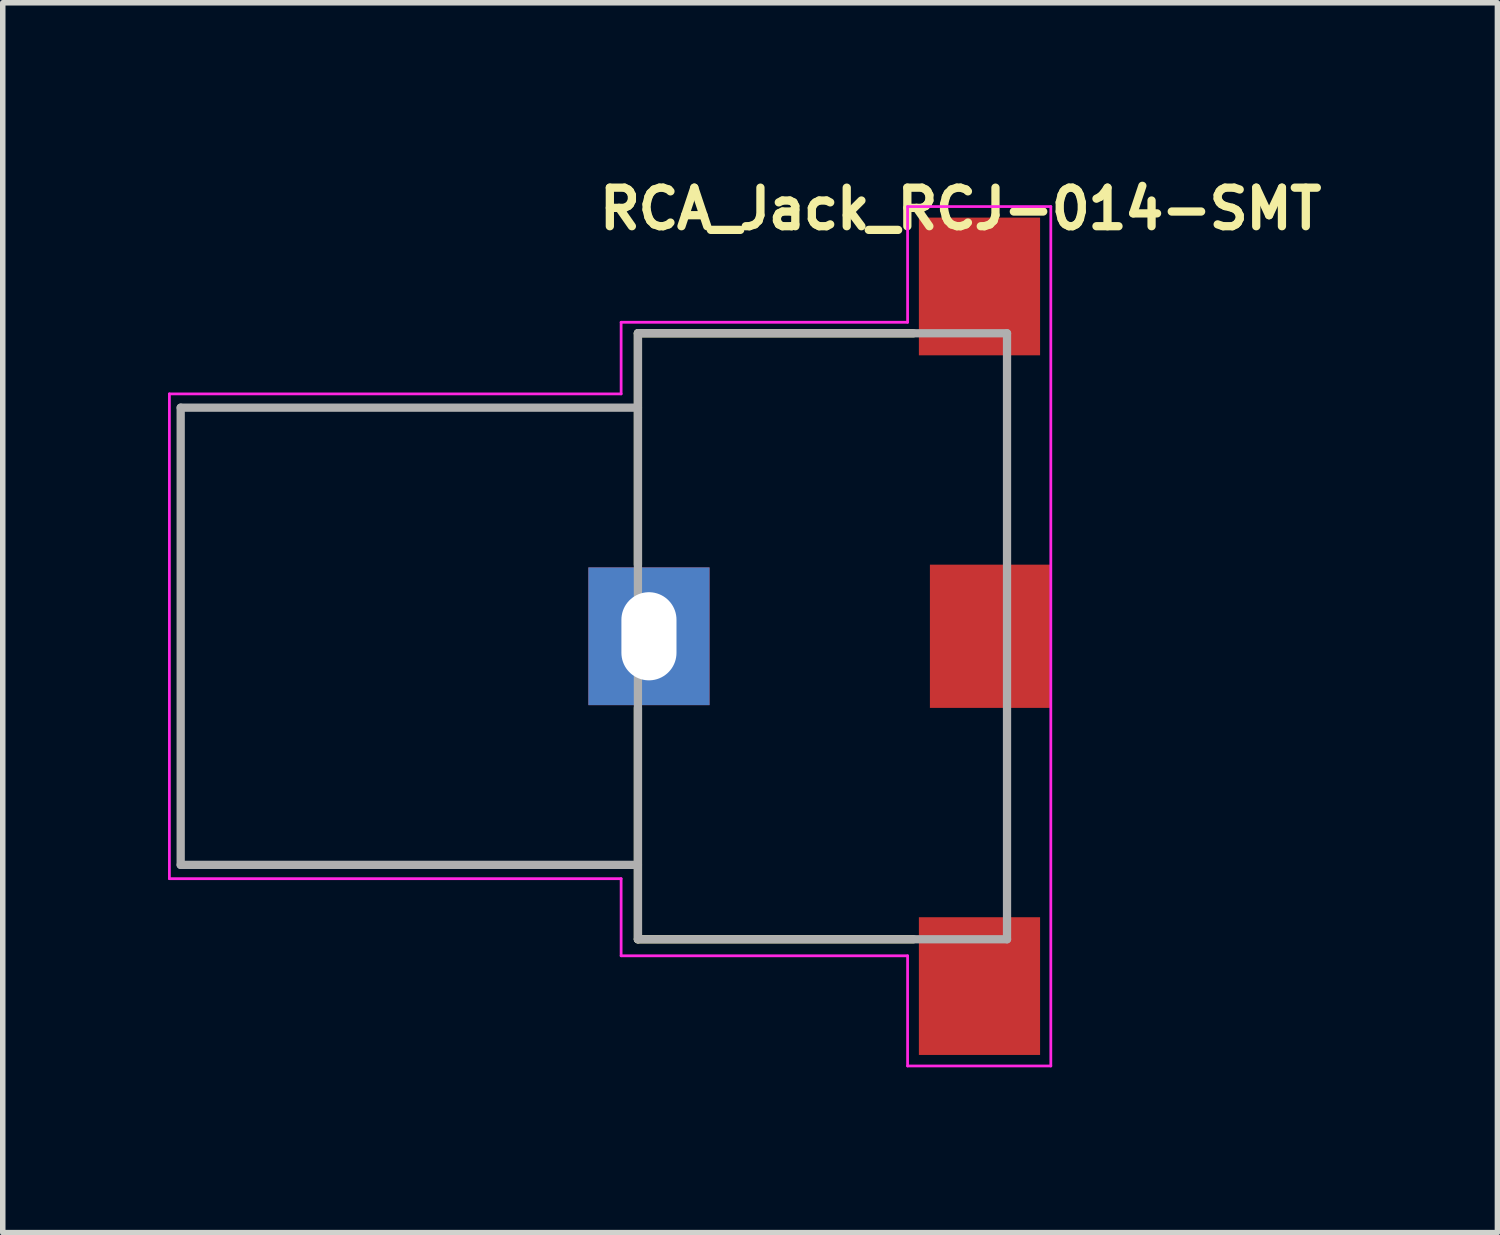
<source format=kicad_pcb>
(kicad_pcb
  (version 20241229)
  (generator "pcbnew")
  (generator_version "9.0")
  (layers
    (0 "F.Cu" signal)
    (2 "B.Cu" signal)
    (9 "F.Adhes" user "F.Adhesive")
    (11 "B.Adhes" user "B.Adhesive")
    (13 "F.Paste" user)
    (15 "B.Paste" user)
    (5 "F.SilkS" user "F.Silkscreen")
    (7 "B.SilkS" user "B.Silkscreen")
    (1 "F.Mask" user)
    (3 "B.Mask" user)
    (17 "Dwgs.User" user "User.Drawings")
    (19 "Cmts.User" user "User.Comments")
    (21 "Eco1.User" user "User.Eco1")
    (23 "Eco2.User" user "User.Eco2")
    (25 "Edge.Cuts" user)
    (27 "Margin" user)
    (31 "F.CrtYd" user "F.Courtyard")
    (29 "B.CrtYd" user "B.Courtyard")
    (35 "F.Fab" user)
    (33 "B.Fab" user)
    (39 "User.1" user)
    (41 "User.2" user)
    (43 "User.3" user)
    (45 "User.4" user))
  (footprint "RCA_Jack_RCJ-014-SMT"
    (layer "F.Cu")
    (at 7.755 8.45)
    (property "Reference" "RCA_Jack_RCJ-014-SMT" (at 0 -7.3 0) (unlocked yes) (layer "F.SilkS") (effects (font (size 0.7 0.7) (thickness 0.15)) (justify left bottom)))
    (attr smd)
    (fp_line (start 0.775 -5.45) (end 0.775 -1.25) (stroke (width 0.15) (type solid)) (layer "F.SilkS"))
    (fp_line (start 0.775 -5.45) (end 5.775 -5.45) (stroke (width 0.15) (type solid)) (layer "F.SilkS"))
    (fp_line (start 0.775 5.55) (end 0.775 1.35) (stroke (width 0.15) (type solid)) (layer "F.SilkS"))
    (fp_line (start 0.775 5.55) (end 5.775 5.55) (stroke (width 0.15) (type solid)) (layer "F.SilkS"))
    (fp_line (start -7.73 -4.35) (end 0.47 -4.35) (stroke (width 0.05) (type solid)) (layer "F.CrtYd"))
    (fp_line (start -7.73 4.45) (end -7.73 -4.35) (stroke (width 0.05) (type solid)) (layer "F.CrtYd"))
    (fp_line (start 0.47 -5.65) (end 5.67 -5.65) (stroke (width 0.05) (type solid)) (layer "F.CrtYd"))
    (fp_line (start 0.47 -4.35) (end 0.47 -5.65) (stroke (width 0.05) (type solid)) (layer "F.CrtYd"))
    (fp_line (start 0.47 4.45) (end -7.73 4.45) (stroke (width 0.05) (type solid)) (layer "F.CrtYd"))
    (fp_line (start 0.47 5.85) (end 0.47 4.45) (stroke (width 0.05) (type solid)) (layer "F.CrtYd"))
    (fp_line (start 5.67 -7.75) (end 8.27 -7.75) (stroke (width 0.05) (type solid)) (layer "F.CrtYd"))
    (fp_line (start 5.67 -5.65) (end 5.67 -7.75) (stroke (width 0.05) (type solid)) (layer "F.CrtYd"))
    (fp_line (start 5.67 5.85) (end 0.47 5.85) (stroke (width 0.05) (type solid)) (layer "F.CrtYd"))
    (fp_line (start 5.67 7.85) (end 5.67 5.85) (stroke (width 0.05) (type solid)) (layer "F.CrtYd"))
    (fp_line (start 8.27 -7.75) (end 8.27 7.85) (stroke (width 0.05) (type solid)) (layer "F.CrtYd"))
    (fp_line (start 8.27 7.85) (end 5.67 7.85) (stroke (width 0.05) (type solid)) (layer "F.CrtYd"))
    (fp_line (start -7.525 -4.1) (end -7.525 4.2) (stroke (width 0.15) (type solid)) (layer "F.Fab"))
    (fp_line (start 0.775 -5.45) (end 0.775 5.55) (stroke (width 0.15) (type solid)) (layer "F.Fab"))
    (fp_line (start 0.775 -5.45) (end 7.475 -5.45) (stroke (width 0.15) (type solid)) (layer "F.Fab"))
    (fp_line (start 0.775 -4.1) (end -7.525 -4.1) (stroke (width 0.15) (type solid)) (layer "F.Fab"))
    (fp_line (start 0.775 4.2) (end -7.525 4.2) (stroke (width 0.15) (type solid)) (layer "F.Fab"))
    (fp_line (start 0.775 5.55) (end 7.475 5.55) (stroke (width 0.15) (type solid)) (layer "F.Fab"))
    (fp_line (start 7.475 5.55) (end 7.475 -5.45) (stroke (width 0.15) (type solid)) (layer "F.Fab"))
    (fp_rect (start -7.525 -7) (end 7.525 7) (stroke (width 0.1) (type solid)) (fill no) (layer "User.5"))
    (fp_line (start -7.525 -3.558) (end -7.525 -3.65) (stroke (width 0.02) (type solid)) (layer "User.9"))
    (fp_line (start -7.525 -3.558) (end -7.525 -3.558) (stroke (width 0.02) (type solid)) (layer "User.9"))
    (fp_line (start -7.525 -3.289) (end -7.525 -3.558) (stroke (width 0.02) (type solid)) (layer "User.9"))
    (fp_line (start -7.525 -3.289) (end -7.525 -3.289) (stroke (width 0.02) (type solid)) (layer "User.9"))
    (fp_line (start -7.525 -2.854) (end -7.525 -3.289) (stroke (width 0.02) (type solid)) (layer "User.9"))
    (fp_line (start -7.525 -2.854) (end -7.525 -2.854) (stroke (width 0.02) (type solid)) (layer "User.9"))
    (fp_line (start -7.525 -2.276) (end -7.525 -2.854) (stroke (width 0.02) (type solid)) (layer "User.9"))
    (fp_line (start -7.525 -2.276) (end -7.525 -2.276) (stroke (width 0.02) (type solid)) (layer "User.9"))
    (fp_line (start -7.525 -1.584) (end -7.525 -2.276) (stroke (width 0.02) (type solid)) (layer "User.9"))
    (fp_line (start -7.525 -1.584) (end -7.525 -1.584) (stroke (width 0.02) (type solid)) (layer "User.9"))
    (fp_line (start -7.525 -0.812) (end -7.525 -1.584) (stroke (width 0.02) (type solid)) (layer "User.9"))
    (fp_line (start -7.525 -0.812) (end -7.525 -0.812) (stroke (width 0.02) (type solid)) (layer "User.9"))
    (fp_line (start -7.525 0) (end -7.525 -0.812) (stroke (width 0.02) (type solid)) (layer "User.9"))
    (fp_line (start -7.525 0) (end -7.525 0) (stroke (width 0.02) (type solid)) (layer "User.9"))
    (fp_line (start -7.525 0.812) (end -7.525 0) (stroke (width 0.02) (type solid)) (layer "User.9"))
    (fp_line (start -7.525 0.812) (end -7.525 0.812) (stroke (width 0.02) (type solid)) (layer "User.9"))
    (fp_line (start -7.525 1.584) (end -7.525 0.812) (stroke (width 0.02) (type solid)) (layer "User.9"))
    (fp_line (start -7.525 1.584) (end -7.525 1.584) (stroke (width 0.02) (type solid)) (layer "User.9"))
    (fp_line (start -7.525 2.276) (end -7.525 1.584) (stroke (width 0.02) (type solid)) (layer "User.9"))
    (fp_line (start -7.525 2.276) (end -7.525 2.276) (stroke (width 0.02) (type solid)) (layer "User.9"))
    (fp_line (start -7.525 2.854) (end -7.525 2.276) (stroke (width 0.02) (type solid)) (layer "User.9"))
    (fp_line (start -7.525 2.854) (end -7.525 2.854) (stroke (width 0.02) (type solid)) (layer "User.9"))
    (fp_line (start -7.525 3.289) (end -7.525 2.854) (stroke (width 0.02) (type solid)) (layer "User.9"))
    (fp_line (start -7.525 3.289) (end -7.525 3.289) (stroke (width 0.02) (type solid)) (layer "User.9"))
    (fp_line (start -7.525 3.558) (end -7.525 3.289) (stroke (width 0.02) (type solid)) (layer "User.9"))
    (fp_line (start -7.525 3.558) (end -7.525 3.558) (stroke (width 0.02) (type solid)) (layer "User.9"))
    (fp_line (start -7.525 3.65) (end -7.525 3.558) (stroke (width 0.02) (type solid)) (layer "User.9"))
    (fp_line (start -7.524 -3.675) (end -7.525 -3.65) (stroke (width 0.02) (type solid)) (layer "User.9"))
    (fp_line (start -7.524 3.675) (end -7.525 3.65) (stroke (width 0.02) (type solid)) (layer "User.9"))
    (fp_line (start -7.523 -3.699) (end -7.524 -3.675) (stroke (width 0.02) (type solid)) (layer "User.9"))
    (fp_line (start -7.523 3.699) (end -7.524 3.675) (stroke (width 0.02) (type solid)) (layer "User.9"))
    (fp_line (start -7.52 -3.724) (end -7.523 -3.699) (stroke (width 0.02) (type solid)) (layer "User.9"))
    (fp_line (start -7.52 3.724) (end -7.523 3.699) (stroke (width 0.02) (type solid)) (layer "User.9"))
    (fp_line (start -7.515 -3.748) (end -7.52 -3.724) (stroke (width 0.02) (type solid)) (layer "User.9"))
    (fp_line (start -7.515 3.748) (end -7.52 3.724) (stroke (width 0.02) (type solid)) (layer "User.9"))
    (fp_line (start -7.51 -3.772) (end -7.515 -3.748) (stroke (width 0.02) (type solid)) (layer "User.9"))
    (fp_line (start -7.51 3.772) (end -7.515 3.748) (stroke (width 0.02) (type solid)) (layer "User.9"))
    (fp_line (start -7.503 -3.795) (end -7.51 -3.772) (stroke (width 0.02) (type solid)) (layer "User.9"))
    (fp_line (start -7.503 3.795) (end -7.51 3.772) (stroke (width 0.02) (type solid)) (layer "User.9"))
    (fp_line (start -7.496 -3.819) (end -7.503 -3.795) (stroke (width 0.02) (type solid)) (layer "User.9"))
    (fp_line (start -7.496 3.819) (end -7.503 3.795) (stroke (width 0.02) (type solid)) (layer "User.9"))
    (fp_line (start -7.487 -3.841) (end -7.496 -3.819) (stroke (width 0.02) (type solid)) (layer "User.9"))
    (fp_line (start -7.487 3.841) (end -7.496 3.819) (stroke (width 0.02) (type solid)) (layer "User.9"))
    (fp_line (start -7.477 -3.864) (end -7.487 -3.841) (stroke (width 0.02) (type solid)) (layer "User.9"))
    (fp_line (start -7.477 3.864) (end -7.487 3.841) (stroke (width 0.02) (type solid)) (layer "User.9"))
    (fp_line (start -7.466 -3.885) (end -7.477 -3.864) (stroke (width 0.02) (type solid)) (layer "User.9"))
    (fp_line (start -7.466 3.885) (end -7.477 3.864) (stroke (width 0.02) (type solid)) (layer "User.9"))
    (fp_line (start -7.454 -3.907) (end -7.466 -3.885) (stroke (width 0.02) (type solid)) (layer "User.9"))
    (fp_line (start -7.454 3.907) (end -7.466 3.885) (stroke (width 0.02) (type solid)) (layer "User.9"))
    (fp_line (start -7.441 -3.927) (end -7.454 -3.907) (stroke (width 0.02) (type solid)) (layer "User.9"))
    (fp_line (start -7.441 3.927) (end -7.454 3.907) (stroke (width 0.02) (type solid)) (layer "User.9"))
    (fp_line (start -7.427 -3.947) (end -7.441 -3.927) (stroke (width 0.02) (type solid)) (layer "User.9"))
    (fp_line (start -7.427 3.947) (end -7.441 3.927) (stroke (width 0.02) (type solid)) (layer "User.9"))
    (fp_line (start -7.412 -3.967) (end -7.427 -3.947) (stroke (width 0.02) (type solid)) (layer "User.9"))
    (fp_line (start -7.412 3.967) (end -7.427 3.947) (stroke (width 0.02) (type solid)) (layer "User.9"))
    (fp_line (start -7.396 -3.986) (end -7.412 -3.967) (stroke (width 0.02) (type solid)) (layer "User.9"))
    (fp_line (start -7.396 3.986) (end -7.412 3.967) (stroke (width 0.02) (type solid)) (layer "User.9"))
    (fp_line (start -7.379 -4.004) (end -7.396 -3.986) (stroke (width 0.02) (type solid)) (layer "User.9"))
    (fp_line (start -7.379 -4.004) (end -7.379 -4.004) (stroke (width 0.02) (type solid)) (layer "User.9"))
    (fp_line (start -7.379 4.004) (end -7.396 3.986) (stroke (width 0.02) (type solid)) (layer "User.9"))
    (fp_line (start -7.379 4.004) (end -7.379 4.004) (stroke (width 0.02) (type solid)) (layer "User.9"))
    (fp_line (start -7.361 -4.021) (end -7.379 -4.004) (stroke (width 0.02) (type solid)) (layer "User.9"))
    (fp_line (start -7.361 4.021) (end -7.379 4.004) (stroke (width 0.02) (type solid)) (layer "User.9"))
    (fp_line (start -7.342 -4.037) (end -7.361 -4.021) (stroke (width 0.02) (type solid)) (layer "User.9"))
    (fp_line (start -7.342 4.037) (end -7.361 4.021) (stroke (width 0.02) (type solid)) (layer "User.9"))
    (fp_line (start -7.322 -4.052) (end -7.342 -4.037) (stroke (width 0.02) (type solid)) (layer "User.9"))
    (fp_line (start -7.322 4.052) (end -7.342 4.037) (stroke (width 0.02) (type solid)) (layer "User.9"))
    (fp_line (start -7.302 -4.066) (end -7.322 -4.052) (stroke (width 0.02) (type solid)) (layer "User.9"))
    (fp_line (start -7.302 4.066) (end -7.322 4.052) (stroke (width 0.02) (type solid)) (layer "User.9"))
    (fp_line (start -7.282 -4.079) (end -7.302 -4.066) (stroke (width 0.02) (type solid)) (layer "User.9"))
    (fp_line (start -7.282 4.079) (end -7.302 4.066) (stroke (width 0.02) (type solid)) (layer "User.9"))
    (fp_line (start -7.26 -4.091) (end -7.282 -4.079) (stroke (width 0.02) (type solid)) (layer "User.9"))
    (fp_line (start -7.26 4.091) (end -7.282 4.079) (stroke (width 0.02) (type solid)) (layer "User.9"))
    (fp_line (start -7.239 -4.102) (end -7.26 -4.091) (stroke (width 0.02) (type solid)) (layer "User.9"))
    (fp_line (start -7.239 4.102) (end -7.26 4.091) (stroke (width 0.02) (type solid)) (layer "User.9"))
    (fp_line (start -7.216 -4.112) (end -7.239 -4.102) (stroke (width 0.02) (type solid)) (layer "User.9"))
    (fp_line (start -7.216 4.112) (end -7.239 4.102) (stroke (width 0.02) (type solid)) (layer "User.9"))
    (fp_line (start -7.194 -4.121) (end -7.216 -4.112) (stroke (width 0.02) (type solid)) (layer "User.9"))
    (fp_line (start -7.194 4.121) (end -7.216 4.112) (stroke (width 0.02) (type solid)) (layer "User.9"))
    (fp_line (start -7.17 -4.128) (end -7.194 -4.121) (stroke (width 0.02) (type solid)) (layer "User.9"))
    (fp_line (start -7.17 4.128) (end -7.194 4.121) (stroke (width 0.02) (type solid)) (layer "User.9"))
    (fp_line (start -7.147 -4.135) (end -7.17 -4.128) (stroke (width 0.02) (type solid)) (layer "User.9"))
    (fp_line (start -7.147 4.135) (end -7.17 4.128) (stroke (width 0.02) (type solid)) (layer "User.9"))
    (fp_line (start -7.123 -4.14) (end -7.147 -4.135) (stroke (width 0.02) (type solid)) (layer "User.9"))
    (fp_line (start -7.123 4.14) (end -7.147 4.135) (stroke (width 0.02) (type solid)) (layer "User.9"))
    (fp_line (start -7.099 -4.145) (end -7.123 -4.14) (stroke (width 0.02) (type solid)) (layer "User.9"))
    (fp_line (start -7.099 4.145) (end -7.123 4.14) (stroke (width 0.02) (type solid)) (layer "User.9"))
    (fp_line (start -7.074 -4.148) (end -7.099 -4.145) (stroke (width 0.02) (type solid)) (layer "User.9"))
    (fp_line (start -7.074 4.148) (end -7.099 4.145) (stroke (width 0.02) (type solid)) (layer "User.9"))
    (fp_line (start -7.05 -4.149) (end -7.074 -4.148) (stroke (width 0.02) (type solid)) (layer "User.9"))
    (fp_line (start -7.05 4.149) (end -7.074 4.148) (stroke (width 0.02) (type solid)) (layer "User.9"))
    (fp_line (start -7.025 -4.15) (end -7.05 -4.149) (stroke (width 0.02) (type solid)) (layer "User.9"))
    (fp_line (start -7.025 4.15) (end -7.05 4.149) (stroke (width 0.02) (type solid)) (layer "User.9"))
    (fp_line (start 0.775 -5.5) (end 0.775 5.5) (stroke (width 0.02) (type solid)) (layer "User.9"))
    (fp_line (start 0.775 -4.15) (end -7.025 -4.15) (stroke (width 0.02) (type solid)) (layer "User.9"))
    (fp_line (start 0.775 4.15) (end -7.025 4.15) (stroke (width 0.02) (type solid)) (layer "User.9"))
    (fp_line (start 1.175 -5.1) (end 1.175 5.1) (stroke (width 0.02) (type solid)) (layer "User.9"))
    (fp_line (start 1.175 5.1) (end 4.975 5.1) (stroke (width 0.02) (type solid)) (layer "User.9"))
    (fp_line (start 2.175 -4.15) (end 1.175 -4.15) (stroke (width 0.02) (type solid)) (layer "User.9"))
    (fp_line (start 2.175 -4.046) (end 2.175 -4.15) (stroke (width 0.02) (type solid)) (layer "User.9"))
    (fp_line (start 2.175 -4.046) (end 2.175 -4.046) (stroke (width 0.02) (type solid)) (layer "User.9"))
    (fp_line (start 2.175 -3.739) (end 2.175 -4.046) (stroke (width 0.02) (type solid)) (layer "User.9"))
    (fp_line (start 2.175 -3.739) (end 2.175 -3.739) (stroke (width 0.02) (type solid)) (layer "User.9"))
    (fp_line (start 2.175 -3.245) (end 2.175 -3.739) (stroke (width 0.02) (type solid)) (layer "User.9"))
    (fp_line (start 2.175 -3.245) (end 2.175 -3.245) (stroke (width 0.02) (type solid)) (layer "User.9"))
    (fp_line (start 2.175 -2.587) (end 2.175 -3.245) (stroke (width 0.02) (type solid)) (layer "User.9"))
    (fp_line (start 2.175 -2.587) (end 2.175 -2.587) (stroke (width 0.02) (type solid)) (layer "User.9"))
    (fp_line (start 2.175 -1.801) (end 2.175 -2.587) (stroke (width 0.02) (type solid)) (layer "User.9"))
    (fp_line (start 2.175 -1.801) (end 2.175 -1.801) (stroke (width 0.02) (type solid)) (layer "User.9"))
    (fp_line (start 2.175 -0.923) (end 2.175 -1.801) (stroke (width 0.02) (type solid)) (layer "User.9"))
    (fp_line (start 2.175 -0.923) (end 2.175 -0.923) (stroke (width 0.02) (type solid)) (layer "User.9"))
    (fp_line (start 2.175 0) (end 2.175 -0.923) (stroke (width 0.02) (type solid)) (layer "User.9"))
    (fp_line (start 2.175 0) (end 2.175 0) (stroke (width 0.02) (type solid)) (layer "User.9"))
    (fp_line (start 2.175 0.923) (end 2.175 0) (stroke (width 0.02) (type solid)) (layer "User.9"))
    (fp_line (start 2.175 0.923) (end 2.175 0.923) (stroke (width 0.02) (type solid)) (layer "User.9"))
    (fp_line (start 2.175 1.801) (end 2.175 0.923) (stroke (width 0.02) (type solid)) (layer "User.9"))
    (fp_line (start 2.175 1.801) (end 2.175 1.801) (stroke (width 0.02) (type solid)) (layer "User.9"))
    (fp_line (start 2.175 2.587) (end 2.175 1.801) (stroke (width 0.02) (type solid)) (layer "User.9"))
    (fp_line (start 2.175 2.587) (end 2.175 2.587) (stroke (width 0.02) (type solid)) (layer "User.9"))
    (fp_line (start 2.175 3.245) (end 2.175 2.587) (stroke (width 0.02) (type solid)) (layer "User.9"))
    (fp_line (start 2.175 3.245) (end 2.175 3.245) (stroke (width 0.02) (type solid)) (layer "User.9"))
    (fp_line (start 2.175 3.739) (end 2.175 3.245) (stroke (width 0.02) (type solid)) (layer "User.9"))
    (fp_line (start 2.175 3.739) (end 2.175 3.739) (stroke (width 0.02) (type solid)) (layer "User.9"))
    (fp_line (start 2.175 4.046) (end 2.175 3.739) (stroke (width 0.02) (type solid)) (layer "User.9"))
    (fp_line (start 2.175 4.046) (end 2.175 4.046) (stroke (width 0.02) (type solid)) (layer "User.9"))
    (fp_line (start 2.175 4.15) (end 1.175 4.15) (stroke (width 0.02) (type solid)) (layer "User.9"))
    (fp_line (start 2.175 4.15) (end 2.175 4.046) (stroke (width 0.02) (type solid)) (layer "User.9"))
    (fp_line (start 4.975 -5.5) (end 0.775 -5.5) (stroke (width 0.02) (type solid)) (layer "User.9"))
    (fp_line (start 4.975 -5.5) (end 7.475 -5.5) (stroke (width 0.02) (type solid)) (layer "User.9"))
    (fp_line (start 4.975 -5.1) (end 1.175 -5.1) (stroke (width 0.02) (type solid)) (layer "User.9"))
    (fp_line (start 4.975 -5.1) (end 4.975 -5.5) (stroke (width 0.02) (type solid)) (layer "User.9"))
    (fp_line (start 4.975 5.1) (end 7.475 5.1) (stroke (width 0.02) (type solid)) (layer "User.9"))
    (fp_line (start 4.975 5.5) (end 0.775 5.5) (stroke (width 0.02) (type solid)) (layer "User.9"))
    (fp_line (start 4.975 5.5) (end 4.975 5.1) (stroke (width 0.02) (type solid)) (layer "User.9"))
    (fp_line (start 6.375 -1.65) (end 2.175 -1.65) (stroke (width 0.02) (type solid)) (layer "User.9"))
    (fp_line (start 6.375 -1.65) (end 6.475 -1.65) (stroke (width 0.02) (type solid)) (layer "User.9"))
    (fp_line (start 6.375 1.65) (end 2.175 1.65) (stroke (width 0.02) (type solid)) (layer "User.9"))
    (fp_line (start 6.475 -6.517) (end 6.475 -6.5) (stroke (width 0.02) (type solid)) (layer "User.9"))
    (fp_line (start 6.475 -5.5) (end 6.475 -6.5) (stroke (width 0.02) (type solid)) (layer "User.9"))
    (fp_line (start 6.475 -1.65) (end 6.475 1.65) (stroke (width 0.02) (type solid)) (layer "User.9"))
    (fp_line (start 6.475 -0.65) (end 6.575 -0.65) (stroke (width 0.02) (type solid)) (layer "User.9"))
    (fp_line (start 6.475 1.65) (end 6.375 1.65) (stroke (width 0.02) (type solid)) (layer "User.9"))
    (fp_line (start 6.475 6.5) (end 6.475 5.5) (stroke (width 0.02) (type solid)) (layer "User.9"))
    (fp_line (start 6.475 6.5) (end 6.476 6.533) (stroke (width 0.02) (type solid)) (layer "User.9"))
    (fp_line (start 6.476 -6.533) (end 6.475 -6.517) (stroke (width 0.02) (type solid)) (layer "User.9"))
    (fp_line (start 6.476 6.533) (end 6.479 6.566) (stroke (width 0.02) (type solid)) (layer "User.9"))
    (fp_line (start 6.477 -6.55) (end 6.476 -6.533) (stroke (width 0.02) (type solid)) (layer "User.9"))
    (fp_line (start 6.479 -6.566) (end 6.477 -6.55) (stroke (width 0.02) (type solid)) (layer "User.9"))
    (fp_line (start 6.479 6.566) (end 6.485 6.599) (stroke (width 0.02) (type solid)) (layer "User.9"))
    (fp_line (start 6.482 -6.583) (end 6.479 -6.566) (stroke (width 0.02) (type solid)) (layer "User.9"))
    (fp_line (start 6.485 -6.599) (end 6.482 -6.583) (stroke (width 0.02) (type solid)) (layer "User.9"))
    (fp_line (start 6.485 6.599) (end 6.492 6.63) (stroke (width 0.02) (type solid)) (layer "User.9"))
    (fp_line (start 6.488 -6.615) (end 6.485 -6.599) (stroke (width 0.02) (type solid)) (layer "User.9"))
    (fp_line (start 6.492 -6.63) (end 6.488 -6.615) (stroke (width 0.02) (type solid)) (layer "User.9"))
    (fp_line (start 6.492 6.63) (end 6.502 6.662) (stroke (width 0.02) (type solid)) (layer "User.9"))
    (fp_line (start 6.497 -6.646) (end 6.492 -6.63) (stroke (width 0.02) (type solid)) (layer "User.9"))
    (fp_line (start 6.502 -6.662) (end 6.497 -6.646) (stroke (width 0.02) (type solid)) (layer "User.9"))
    (fp_line (start 6.502 6.662) (end 6.513 6.692) (stroke (width 0.02) (type solid)) (layer "User.9"))
    (fp_line (start 6.507 -6.677) (end 6.502 -6.662) (stroke (width 0.02) (type solid)) (layer "User.9"))
    (fp_line (start 6.513 -6.692) (end 6.507 -6.677) (stroke (width 0.02) (type solid)) (layer "User.9"))
    (fp_line (start 6.513 6.692) (end 6.527 6.721) (stroke (width 0.02) (type solid)) (layer "User.9"))
    (fp_line (start 6.52 -6.707) (end 6.513 -6.692) (stroke (width 0.02) (type solid)) (layer "User.9"))
    (fp_line (start 6.527 -6.721) (end 6.52 -6.707) (stroke (width 0.02) (type solid)) (layer "User.9"))
    (fp_line (start 6.527 6.721) (end 6.542 6.75) (stroke (width 0.02) (type solid)) (layer "User.9"))
    (fp_line (start 6.534 -6.736) (end 6.527 -6.721) (stroke (width 0.02) (type solid)) (layer "User.9"))
    (fp_line (start 6.542 -6.75) (end 6.534 -6.736) (stroke (width 0.02) (type solid)) (layer "User.9"))
    (fp_line (start 6.542 6.75) (end 6.559 6.777) (stroke (width 0.02) (type solid)) (layer "User.9"))
    (fp_line (start 6.55 -6.764) (end 6.542 -6.75) (stroke (width 0.02) (type solid)) (layer "User.9"))
    (fp_line (start 6.559 -6.777) (end 6.55 -6.764) (stroke (width 0.02) (type solid)) (layer "User.9"))
    (fp_line (start 6.559 6.777) (end 6.578 6.804) (stroke (width 0.02) (type solid)) (layer "User.9"))
    (fp_line (start 6.568 -6.791) (end 6.559 -6.777) (stroke (width 0.02) (type solid)) (layer "User.9"))
    (fp_line (start 6.575 0.65) (end 6.475 0.65) (stroke (width 0.02) (type solid)) (layer "User.9"))
    (fp_line (start 6.578 -6.804) (end 6.568 -6.791) (stroke (width 0.02) (type solid)) (layer "User.9"))
    (fp_line (start 6.578 6.804) (end 6.598 6.829) (stroke (width 0.02) (type solid)) (layer "User.9"))
    (fp_line (start 6.588 -6.817) (end 6.578 -6.804) (stroke (width 0.02) (type solid)) (layer "User.9"))
    (fp_line (start 6.598 -6.829) (end 6.588 -6.817) (stroke (width 0.02) (type solid)) (layer "User.9"))
    (fp_line (start 6.598 6.829) (end 6.621 6.853) (stroke (width 0.02) (type solid)) (layer "User.9"))
    (fp_line (start 6.609 -6.841) (end 6.598 -6.829) (stroke (width 0.02) (type solid)) (layer "User.9"))
    (fp_line (start 6.621 -6.853) (end 6.609 -6.841) (stroke (width 0.02) (type solid)) (layer "User.9"))
    (fp_line (start 6.621 6.853) (end 6.644 6.875) (stroke (width 0.02) (type solid)) (layer "User.9"))
    (fp_line (start 6.632 -6.864) (end 6.621 -6.853) (stroke (width 0.02) (type solid)) (layer "User.9"))
    (fp_line (start 6.644 -6.875) (end 6.632 -6.864) (stroke (width 0.02) (type solid)) (layer "User.9"))
    (fp_line (start 6.644 6.875) (end 6.67 6.896) (stroke (width 0.02) (type solid)) (layer "User.9"))
    (fp_line (start 6.657 -6.886) (end 6.644 -6.875) (stroke (width 0.02) (type solid)) (layer "User.9"))
    (fp_line (start 6.67 -6.896) (end 6.657 -6.886) (stroke (width 0.02) (type solid)) (layer "User.9"))
    (fp_line (start 6.67 6.896) (end 6.697 6.915) (stroke (width 0.02) (type solid)) (layer "User.9"))
    (fp_line (start 6.683 -6.906) (end 6.67 -6.896) (stroke (width 0.02) (type solid)) (layer "User.9"))
    (fp_line (start 6.697 -6.915) (end 6.683 -6.906) (stroke (width 0.02) (type solid)) (layer "User.9"))
    (fp_line (start 6.697 6.915) (end 6.725 6.933) (stroke (width 0.02) (type solid)) (layer "User.9"))
    (fp_line (start 6.711 -6.924) (end 6.697 -6.915) (stroke (width 0.02) (type solid)) (layer "User.9"))
    (fp_line (start 6.725 -6.933) (end 6.711 -6.924) (stroke (width 0.02) (type solid)) (layer "User.9"))
    (fp_line (start 6.725 -6.933) (end 6.725 -6.933) (stroke (width 0.02) (type solid)) (layer "User.9"))
    (fp_line (start 6.725 6.933) (end 6.725 6.933) (stroke (width 0.02) (type solid)) (layer "User.9"))
    (fp_line (start 6.725 6.933) (end 6.754 6.949) (stroke (width 0.02) (type solid)) (layer "User.9"))
    (fp_line (start 6.754 -6.949) (end 6.725 -6.933) (stroke (width 0.02) (type solid)) (layer "User.9"))
    (fp_line (start 6.754 6.949) (end 6.785 6.962) (stroke (width 0.02) (type solid)) (layer "User.9"))
    (fp_line (start 6.785 -6.962) (end 6.754 -6.949) (stroke (width 0.02) (type solid)) (layer "User.9"))
    (fp_line (start 6.785 6.962) (end 6.815 6.974) (stroke (width 0.02) (type solid)) (layer "User.9"))
    (fp_line (start 6.815 -6.974) (end 6.785 -6.962) (stroke (width 0.02) (type solid)) (layer "User.9"))
    (fp_line (start 6.815 6.974) (end 6.847 6.983) (stroke (width 0.02) (type solid)) (layer "User.9"))
    (fp_line (start 6.847 -6.983) (end 6.815 -6.974) (stroke (width 0.02) (type solid)) (layer "User.9"))
    (fp_line (start 6.847 6.983) (end 6.878 6.991) (stroke (width 0.02) (type solid)) (layer "User.9"))
    (fp_line (start 6.875 -0.65) (end 6.575 -0.65) (stroke (width 0.02) (type solid)) (layer "User.9"))
    (fp_line (start 6.875 0.65) (end 6.575 0.65) (stroke (width 0.02) (type solid)) (layer "User.9"))
    (fp_line (start 6.875 0.65) (end 6.918 0.649) (stroke (width 0.02) (type solid)) (layer "User.9"))
    (fp_line (start 6.878 -6.991) (end 6.847 -6.983) (stroke (width 0.02) (type solid)) (layer "User.9"))
    (fp_line (start 6.878 6.991) (end 6.91 6.996) (stroke (width 0.02) (type solid)) (layer "User.9"))
    (fp_line (start 6.897 -0.65) (end 6.875 -0.65) (stroke (width 0.02) (type solid)) (layer "User.9"))
    (fp_line (start 6.91 -6.996) (end 6.878 -6.991) (stroke (width 0.02) (type solid)) (layer "User.9"))
    (fp_line (start 6.91 6.996) (end 6.943 6.999) (stroke (width 0.02) (type solid)) (layer "User.9"))
    (fp_line (start 6.918 -0.649) (end 6.897 -0.65) (stroke (width 0.02) (type solid)) (layer "User.9"))
    (fp_line (start 6.918 0.649) (end 6.961 0.644) (stroke (width 0.02) (type solid)) (layer "User.9"))
    (fp_line (start 6.94 -0.647) (end 6.918 -0.649) (stroke (width 0.02) (type solid)) (layer "User.9"))
    (fp_line (start 6.943 -6.999) (end 6.91 -6.996) (stroke (width 0.02) (type solid)) (layer "User.9"))
    (fp_line (start 6.943 6.999) (end 6.975 7) (stroke (width 0.02) (type solid)) (layer "User.9"))
    (fp_line (start 6.961 -0.644) (end 6.94 -0.647) (stroke (width 0.02) (type solid)) (layer "User.9"))
    (fp_line (start 6.961 0.644) (end 7.003 0.637) (stroke (width 0.02) (type solid)) (layer "User.9"))
    (fp_line (start 6.975 -7) (end 6.943 -6.999) (stroke (width 0.02) (type solid)) (layer "User.9"))
    (fp_line (start 6.975 7) (end 7.007 6.999) (stroke (width 0.02) (type solid)) (layer "User.9"))
    (fp_line (start 6.982 -0.641) (end 6.961 -0.644) (stroke (width 0.02) (type solid)) (layer "User.9"))
    (fp_line (start 7.003 -0.637) (end 6.982 -0.641) (stroke (width 0.02) (type solid)) (layer "User.9"))
    (fp_line (start 7.003 0.637) (end 7.045 0.627) (stroke (width 0.02) (type solid)) (layer "User.9"))
    (fp_line (start 7.007 -6.999) (end 6.975 -7) (stroke (width 0.02) (type solid)) (layer "User.9"))
    (fp_line (start 7.007 6.999) (end 7.04 6.996) (stroke (width 0.02) (type solid)) (layer "User.9"))
    (fp_line (start 7.024 -0.633) (end 7.003 -0.637) (stroke (width 0.02) (type solid)) (layer "User.9"))
    (fp_line (start 7.04 -6.996) (end 7.007 -6.999) (stroke (width 0.02) (type solid)) (layer "User.9"))
    (fp_line (start 7.04 6.996) (end 7.072 6.991) (stroke (width 0.02) (type solid)) (layer "User.9"))
    (fp_line (start 7.045 -0.627) (end 7.024 -0.633) (stroke (width 0.02) (type solid)) (layer "User.9"))
    (fp_line (start 7.045 0.627) (end 7.085 0.615) (stroke (width 0.02) (type solid)) (layer "User.9"))
    (fp_line (start 7.065 -0.622) (end 7.045 -0.627) (stroke (width 0.02) (type solid)) (layer "User.9"))
    (fp_line (start 7.072 -6.991) (end 7.04 -6.996) (stroke (width 0.02) (type solid)) (layer "User.9"))
    (fp_line (start 7.072 6.991) (end 7.103 6.983) (stroke (width 0.02) (type solid)) (layer "User.9"))
    (fp_line (start 7.085 -0.615) (end 7.065 -0.622) (stroke (width 0.02) (type solid)) (layer "User.9"))
    (fp_line (start 7.085 0.615) (end 7.125 0.6) (stroke (width 0.02) (type solid)) (layer "User.9"))
    (fp_line (start 7.103 -6.983) (end 7.072 -6.991) (stroke (width 0.02) (type solid)) (layer "User.9"))
    (fp_line (start 7.103 6.983) (end 7.135 6.974) (stroke (width 0.02) (type solid)) (layer "User.9"))
    (fp_line (start 7.105 -0.608) (end 7.085 -0.615) (stroke (width 0.02) (type solid)) (layer "User.9"))
    (fp_line (start 7.125 -0.6) (end 7.105 -0.608) (stroke (width 0.02) (type solid)) (layer "User.9"))
    (fp_line (start 7.125 0.6) (end 7.163 0.583) (stroke (width 0.02) (type solid)) (layer "User.9"))
    (fp_line (start 7.135 -6.974) (end 7.103 -6.983) (stroke (width 0.02) (type solid)) (layer "User.9"))
    (fp_line (start 7.135 6.974) (end 7.165 6.962) (stroke (width 0.02) (type solid)) (layer "User.9"))
    (fp_line (start 7.144 -0.592) (end 7.125 -0.6) (stroke (width 0.02) (type solid)) (layer "User.9"))
    (fp_line (start 7.163 -0.583) (end 7.144 -0.592) (stroke (width 0.02) (type solid)) (layer "User.9"))
    (fp_line (start 7.163 0.583) (end 7.2 0.563) (stroke (width 0.02) (type solid)) (layer "User.9"))
    (fp_line (start 7.165 -6.962) (end 7.135 -6.974) (stroke (width 0.02) (type solid)) (layer "User.9"))
    (fp_line (start 7.165 6.962) (end 7.196 6.949) (stroke (width 0.02) (type solid)) (layer "User.9"))
    (fp_line (start 7.182 -0.573) (end 7.163 -0.583) (stroke (width 0.02) (type solid)) (layer "User.9"))
    (fp_line (start 7.196 -6.949) (end 7.165 -6.962) (stroke (width 0.02) (type solid)) (layer "User.9"))
    (fp_line (start 7.196 6.949) (end 7.225 6.933) (stroke (width 0.02) (type solid)) (layer "User.9"))
    (fp_line (start 7.2 -0.563) (end 7.182 -0.573) (stroke (width 0.02) (type solid)) (layer "User.9"))
    (fp_line (start 7.2 0.563) (end 7.236 0.541) (stroke (width 0.02) (type solid)) (layer "User.9"))
    (fp_line (start 7.218 -0.552) (end 7.2 -0.563) (stroke (width 0.02) (type solid)) (layer "User.9"))
    (fp_line (start 7.225 -6.933) (end 7.196 -6.949) (stroke (width 0.02) (type solid)) (layer "User.9"))
    (fp_line (start 7.225 -6.933) (end 7.225 -6.933) (stroke (width 0.02) (type solid)) (layer "User.9"))
    (fp_line (start 7.225 6.933) (end 7.225 6.933) (stroke (width 0.02) (type solid)) (layer "User.9"))
    (fp_line (start 7.225 6.933) (end 7.239 6.924) (stroke (width 0.02) (type solid)) (layer "User.9"))
    (fp_line (start 7.236 -0.541) (end 7.218 -0.552) (stroke (width 0.02) (type solid)) (layer "User.9"))
    (fp_line (start 7.236 0.541) (end 7.27 0.516) (stroke (width 0.02) (type solid)) (layer "User.9"))
    (fp_line (start 7.239 6.924) (end 7.253 6.915) (stroke (width 0.02) (type solid)) (layer "User.9"))
    (fp_line (start 7.253 -6.915) (end 7.225 -6.933) (stroke (width 0.02) (type solid)) (layer "User.9"))
    (fp_line (start 7.253 -0.529) (end 7.236 -0.541) (stroke (width 0.02) (type solid)) (layer "User.9"))
    (fp_line (start 7.253 6.915) (end 7.267 6.906) (stroke (width 0.02) (type solid)) (layer "User.9"))
    (fp_line (start 7.267 6.906) (end 7.28 6.896) (stroke (width 0.02) (type solid)) (layer "User.9"))
    (fp_line (start 7.27 -0.516) (end 7.253 -0.529) (stroke (width 0.02) (type solid)) (layer "User.9"))
    (fp_line (start 7.27 0.516) (end 7.303 0.489) (stroke (width 0.02) (type solid)) (layer "User.9"))
    (fp_line (start 7.28 -6.896) (end 7.253 -6.915) (stroke (width 0.02) (type solid)) (layer "User.9"))
    (fp_line (start 7.28 6.896) (end 7.293 6.886) (stroke (width 0.02) (type solid)) (layer "User.9"))
    (fp_line (start 7.287 -0.503) (end 7.27 -0.516) (stroke (width 0.02) (type solid)) (layer "User.9"))
    (fp_line (start 7.293 6.886) (end 7.306 6.875) (stroke (width 0.02) (type solid)) (layer "User.9"))
    (fp_line (start 7.303 -0.489) (end 7.287 -0.503) (stroke (width 0.02) (type solid)) (layer "User.9"))
    (fp_line (start 7.303 0.489) (end 7.334 0.461) (stroke (width 0.02) (type solid)) (layer "User.9"))
    (fp_line (start 7.306 -6.875) (end 7.28 -6.896) (stroke (width 0.02) (type solid)) (layer "User.9"))
    (fp_line (start 7.306 6.875) (end 7.318 6.864) (stroke (width 0.02) (type solid)) (layer "User.9"))
    (fp_line (start 7.318 -0.475) (end 7.303 -0.489) (stroke (width 0.02) (type solid)) (layer "User.9"))
    (fp_line (start 7.318 6.864) (end 7.329 6.853) (stroke (width 0.02) (type solid)) (layer "User.9"))
    (fp_line (start 7.329 -6.853) (end 7.306 -6.875) (stroke (width 0.02) (type solid)) (layer "User.9"))
    (fp_line (start 7.329 6.853) (end 7.341 6.841) (stroke (width 0.02) (type solid)) (layer "User.9"))
    (fp_line (start 7.334 -0.461) (end 7.318 -0.475) (stroke (width 0.02) (type solid)) (layer "User.9"))
    (fp_line (start 7.334 0.461) (end 7.363 0.43) (stroke (width 0.02) (type solid)) (layer "User.9"))
    (fp_line (start 7.341 6.841) (end 7.352 6.829) (stroke (width 0.02) (type solid)) (layer "User.9"))
    (fp_line (start 7.348 -0.445) (end 7.334 -0.461) (stroke (width 0.02) (type solid)) (layer "User.9"))
    (fp_line (start 7.352 -6.829) (end 7.329 -6.853) (stroke (width 0.02) (type solid)) (layer "User.9"))
    (fp_line (start 7.352 6.829) (end 7.362 6.817) (stroke (width 0.02) (type solid)) (layer "User.9"))
    (fp_line (start 7.362 6.817) (end 7.372 6.804) (stroke (width 0.02) (type solid)) (layer "User.9"))
    (fp_line (start 7.363 -0.43) (end 7.348 -0.445) (stroke (width 0.02) (type solid)) (layer "User.9"))
    (fp_line (start 7.363 0.43) (end 7.39 0.397) (stroke (width 0.02) (type solid)) (layer "User.9"))
    (fp_line (start 7.372 -6.804) (end 7.352 -6.829) (stroke (width 0.02) (type solid)) (layer "User.9"))
    (fp_line (start 7.372 6.804) (end 7.382 6.791) (stroke (width 0.02) (type solid)) (layer "User.9"))
    (fp_line (start 7.377 -0.413) (end 7.363 -0.43) (stroke (width 0.02) (type solid)) (layer "User.9"))
    (fp_line (start 7.382 6.791) (end 7.391 6.777) (stroke (width 0.02) (type solid)) (layer "User.9"))
    (fp_line (start 7.39 -0.397) (end 7.377 -0.413) (stroke (width 0.02) (type solid)) (layer "User.9"))
    (fp_line (start 7.39 0.397) (end 7.415 0.362) (stroke (width 0.02) (type solid)) (layer "User.9"))
    (fp_line (start 7.391 -6.777) (end 7.372 -6.804) (stroke (width 0.02) (type solid)) (layer "User.9"))
    (fp_line (start 7.391 6.777) (end 7.4 6.764) (stroke (width 0.02) (type solid)) (layer "User.9"))
    (fp_line (start 7.4 6.764) (end 7.408 6.75) (stroke (width 0.02) (type solid)) (layer "User.9"))
    (fp_line (start 7.403 -0.379) (end 7.39 -0.397) (stroke (width 0.02) (type solid)) (layer "User.9"))
    (fp_line (start 7.408 -6.75) (end 7.391 -6.777) (stroke (width 0.02) (type solid)) (layer "User.9"))
    (fp_line (start 7.408 6.75) (end 7.416 6.736) (stroke (width 0.02) (type solid)) (layer "User.9"))
    (fp_line (start 7.415 -0.362) (end 7.403 -0.379) (stroke (width 0.02) (type solid)) (layer "User.9"))
    (fp_line (start 7.415 0.362) (end 7.438 0.325) (stroke (width 0.02) (type solid)) (layer "User.9"))
    (fp_line (start 7.416 6.736) (end 7.423 6.721) (stroke (width 0.02) (type solid)) (layer "User.9"))
    (fp_line (start 7.423 -6.721) (end 7.408 -6.75) (stroke (width 0.02) (type solid)) (layer "User.9"))
    (fp_line (start 7.423 6.721) (end 7.43 6.707) (stroke (width 0.02) (type solid)) (layer "User.9"))
    (fp_line (start 7.427 -0.344) (end 7.415 -0.362) (stroke (width 0.02) (type solid)) (layer "User.9"))
    (fp_line (start 7.43 6.707) (end 7.437 6.692) (stroke (width 0.02) (type solid)) (layer "User.9"))
    (fp_line (start 7.437 -6.692) (end 7.423 -6.721) (stroke (width 0.02) (type solid)) (layer "User.9"))
    (fp_line (start 7.437 6.692) (end 7.443 6.677) (stroke (width 0.02) (type solid)) (layer "User.9"))
    (fp_line (start 7.438 -0.325) (end 7.427 -0.344) (stroke (width 0.02) (type solid)) (layer "User.9"))
    (fp_line (start 7.438 -0.325) (end 7.438 -0.325) (stroke (width 0.02) (type solid)) (layer "User.9"))
    (fp_line (start 7.438 0.325) (end 7.438 0.325) (stroke (width 0.02) (type solid)) (layer "User.9"))
    (fp_line (start 7.438 0.325) (end 7.458 0.287) (stroke (width 0.02) (type solid)) (layer "User.9"))
    (fp_line (start 7.443 6.677) (end 7.448 6.662) (stroke (width 0.02) (type solid)) (layer "User.9"))
    (fp_line (start 7.448 -6.662) (end 7.437 -6.692) (stroke (width 0.02) (type solid)) (layer "User.9"))
    (fp_line (start 7.448 6.662) (end 7.453 6.646) (stroke (width 0.02) (type solid)) (layer "User.9"))
    (fp_line (start 7.453 6.646) (end 7.458 6.63) (stroke (width 0.02) (type solid)) (layer "User.9"))
    (fp_line (start 7.458 -6.63) (end 7.448 -6.662) (stroke (width 0.02) (type solid)) (layer "User.9"))
    (fp_line (start 7.458 -0.287) (end 7.438 -0.325) (stroke (width 0.02) (type solid)) (layer "User.9"))
    (fp_line (start 7.458 0.287) (end 7.476 0.248) (stroke (width 0.02) (type solid)) (layer "User.9"))
    (fp_line (start 7.458 6.63) (end 7.462 6.615) (stroke (width 0.02) (type solid)) (layer "User.9"))
    (fp_line (start 7.462 6.615) (end 7.465 6.599) (stroke (width 0.02) (type solid)) (layer "User.9"))
    (fp_line (start 7.465 -6.599) (end 7.458 -6.63) (stroke (width 0.02) (type solid)) (layer "User.9"))
    (fp_line (start 7.465 6.599) (end 7.468 6.583) (stroke (width 0.02) (type solid)) (layer "User.9"))
    (fp_line (start 7.468 6.583) (end 7.471 6.566) (stroke (width 0.02) (type solid)) (layer "User.9"))
    (fp_line (start 7.471 -6.566) (end 7.465 -6.599) (stroke (width 0.02) (type solid)) (layer "User.9"))
    (fp_line (start 7.471 6.566) (end 7.473 6.55) (stroke (width 0.02) (type solid)) (layer "User.9"))
    (fp_line (start 7.473 6.55) (end 7.474 6.533) (stroke (width 0.02) (type solid)) (layer "User.9"))
    (fp_line (start 7.474 -6.533) (end 7.471 -6.566) (stroke (width 0.02) (type solid)) (layer "User.9"))
    (fp_line (start 7.474 6.533) (end 7.475 6.517) (stroke (width 0.02) (type solid)) (layer "User.9"))
    (fp_line (start 7.475 -6.5) (end 7.474 -6.533) (stroke (width 0.02) (type solid)) (layer "User.9"))
    (fp_line (start 7.475 -6.5) (end 7.475 -5.5) (stroke (width 0.02) (type solid)) (layer "User.9"))
    (fp_line (start 7.475 -5.5) (end 7.475 -5.1) (stroke (width 0.02) (type solid)) (layer "User.9"))
    (fp_line (start 7.475 -5.1) (end 4.975 -5.1) (stroke (width 0.02) (type solid)) (layer "User.9"))
    (fp_line (start 7.475 5.1) (end 7.475 5.5) (stroke (width 0.02) (type solid)) (layer "User.9"))
    (fp_line (start 7.475 5.5) (end 4.975 5.5) (stroke (width 0.02) (type solid)) (layer "User.9"))
    (fp_line (start 7.475 5.5) (end 7.475 6.5) (stroke (width 0.02) (type solid)) (layer "User.9"))
    (fp_line (start 7.475 6.517) (end 7.475 6.5) (stroke (width 0.02) (type solid)) (layer "User.9"))
    (fp_line (start 7.476 -0.248) (end 7.458 -0.287) (stroke (width 0.02) (type solid)) (layer "User.9"))
    (fp_line (start 7.476 0.248) (end 7.491 0.208) (stroke (width 0.02) (type solid)) (layer "User.9"))
    (fp_line (start 7.491 -0.208) (end 7.476 -0.248) (stroke (width 0.02) (type solid)) (layer "User.9"))
    (fp_line (start 7.491 0.208) (end 7.503 0.167) (stroke (width 0.02) (type solid)) (layer "User.9"))
    (fp_line (start 7.503 -0.167) (end 7.491 -0.208) (stroke (width 0.02) (type solid)) (layer "User.9"))
    (fp_line (start 7.503 0.167) (end 7.513 0.126) (stroke (width 0.02) (type solid)) (layer "User.9"))
    (fp_line (start 7.513 -0.126) (end 7.503 -0.167) (stroke (width 0.02) (type solid)) (layer "User.9"))
    (fp_line (start 7.513 0.126) (end 7.52 0.084) (stroke (width 0.02) (type solid)) (layer "User.9"))
    (fp_line (start 7.52 -0.084) (end 7.513 -0.126) (stroke (width 0.02) (type solid)) (layer "User.9"))
    (fp_line (start 7.52 0.084) (end 7.524 0.042) (stroke (width 0.02) (type solid)) (layer "User.9"))
    (fp_line (start 7.524 -0.042) (end 7.52 -0.084) (stroke (width 0.02) (type solid)) (layer "User.9"))
    (fp_line (start 7.524 0.042) (end 7.525 0) (stroke (width 0.02) (type solid)) (layer "User.9"))
    (fp_line (start 7.525 0) (end 7.524 -0.042) (stroke (width 0.02) (type solid)) (layer "User.9"))
    (pad "1" thru_hole rect (at 0.975 0.05) (size 2.2 2.5) (drill oval 1 1.6) (layers "*.Cu" "*.Mask"))
    (pad "1" smd rect (at 6.975 -6.3) (size 2.2 2.5) (layers "F.Cu" "F.Mask" "F.Paste"))
    (pad "1" smd rect (at 6.975 6.4) (size 2.2 2.5) (layers "F.Cu" "F.Mask" "F.Paste"))
    (pad "2" smd rect (at 7.175 0.05) (size 2.2 2.6) (layers "F.Cu" "F.Mask" "F.Paste")))
  (gr_rect
    (start -3 -3)
    (end 24.132 19.325)
    (stroke (width 0.1) (type default))
    (fill no)
    (layer "Edge.Cuts")))
</source>
